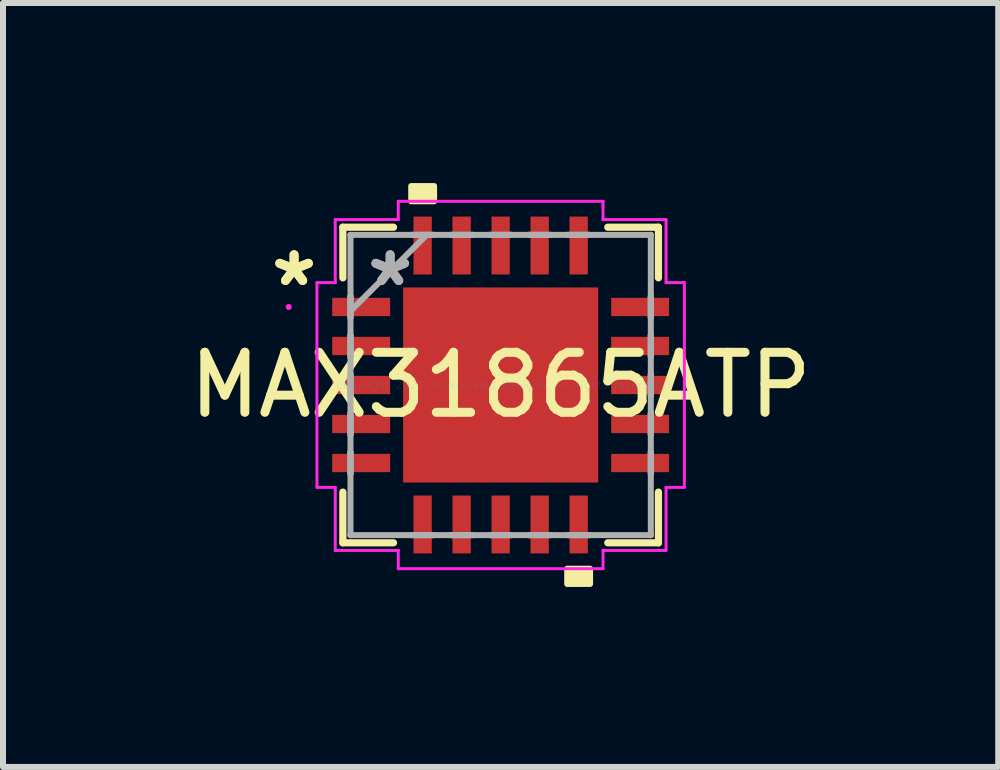
<source format=kicad_pcb>
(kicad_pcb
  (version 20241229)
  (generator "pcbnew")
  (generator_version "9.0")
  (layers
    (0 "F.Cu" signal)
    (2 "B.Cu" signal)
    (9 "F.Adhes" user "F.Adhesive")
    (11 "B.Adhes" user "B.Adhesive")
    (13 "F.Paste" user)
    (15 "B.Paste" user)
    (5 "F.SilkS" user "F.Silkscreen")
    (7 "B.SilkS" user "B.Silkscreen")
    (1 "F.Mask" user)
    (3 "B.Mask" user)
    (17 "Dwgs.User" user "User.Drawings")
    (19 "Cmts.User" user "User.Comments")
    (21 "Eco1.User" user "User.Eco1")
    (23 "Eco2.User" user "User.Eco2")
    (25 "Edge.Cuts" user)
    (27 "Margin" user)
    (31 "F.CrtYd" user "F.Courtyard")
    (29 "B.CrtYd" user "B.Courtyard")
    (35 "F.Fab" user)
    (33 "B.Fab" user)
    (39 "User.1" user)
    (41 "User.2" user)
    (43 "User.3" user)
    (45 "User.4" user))
  (footprint "MAX31865ATP"
    (layer "F.Cu")
    (at 5.292 3.365)
    (property "Reference" "MAX31865ATP" (at 0 0 0) (layer "F.SilkS") (effects (font (size 1 1) (thickness 0.15))))
    (attr through_hole)
    (fp_line (start -2.629 -2.629) (end -2.629 -1.785) (stroke (width 0.12) (type solid)) (layer "F.SilkS"))
    (fp_line (start -2.629 1.785) (end -2.629 2.629) (stroke (width 0.12) (type solid)) (layer "F.SilkS"))
    (fp_line (start -2.629 2.629) (end -1.785 2.629) (stroke (width 0.12) (type solid)) (layer "F.SilkS"))
    (fp_line (start -1.785 -2.629) (end -2.629 -2.629) (stroke (width 0.12) (type solid)) (layer "F.SilkS"))
    (fp_line (start 1.785 2.629) (end 2.629 2.629) (stroke (width 0.12) (type solid)) (layer "F.SilkS"))
    (fp_line (start 2.629 -2.629) (end 1.785 -2.629) (stroke (width 0.12) (type solid)) (layer "F.SilkS"))
    (fp_line (start 2.629 -1.785) (end 2.629 -2.629) (stroke (width 0.12) (type solid)) (layer "F.SilkS"))
    (fp_line (start 2.629 2.629) (end 2.629 1.785) (stroke (width 0.12) (type solid)) (layer "F.SilkS"))
    (fp_poly (pts (xy -1.49 -3.061) (xy -1.49 -3.315) (xy -1.109 -3.315) (xy -1.109 -3.061)) (stroke (width 0.1) (type solid)) (fill yes) (layer "F.SilkS"))
    (fp_poly (pts (xy 1.109 3.061) (xy 1.109 3.315) (xy 1.49 3.315) (xy 1.49 3.061)) (stroke (width 0.1) (type solid)) (fill yes) (layer "F.SilkS"))
    (fp_poly (pts (xy -1.526 -1.526) (xy -1.526 -0.1) (xy -0.1 -0.1) (xy -0.1 -1.526)) (stroke (width 0.1) (type solid)) (fill yes) (layer "F.Paste"))
    (fp_poly (pts (xy -1.526 0.1) (xy -1.526 1.526) (xy -0.1 1.526) (xy -0.1 0.1)) (stroke (width 0.1) (type solid)) (fill yes) (layer "F.Paste"))
    (fp_poly (pts (xy 0.1 -1.526) (xy 0.1 -0.1) (xy 1.526 -0.1) (xy 1.526 -1.526)) (stroke (width 0.1) (type solid)) (fill yes) (layer "F.Paste"))
    (fp_poly (pts (xy 0.1 0.1) (xy 0.1 1.526) (xy 1.526 1.526) (xy 1.526 0.1)) (stroke (width 0.1) (type solid)) (fill yes) (layer "F.Paste"))
    (fp_line (start -3.061 -1.706) (end -2.756 -1.706) (stroke (width 0.05) (type solid)) (layer "F.CrtYd"))
    (fp_line (start -3.061 1.706) (end -3.061 -1.706) (stroke (width 0.05) (type solid)) (layer "F.CrtYd"))
    (fp_line (start -2.756 -2.756) (end -1.706 -2.756) (stroke (width 0.05) (type solid)) (layer "F.CrtYd"))
    (fp_line (start -2.756 -1.706) (end -2.756 -2.756) (stroke (width 0.05) (type solid)) (layer "F.CrtYd"))
    (fp_line (start -2.756 1.706) (end -3.061 1.706) (stroke (width 0.05) (type solid)) (layer "F.CrtYd"))
    (fp_line (start -2.756 2.756) (end -2.756 1.706) (stroke (width 0.05) (type solid)) (layer "F.CrtYd"))
    (fp_line (start -1.706 -3.061) (end 1.706 -3.061) (stroke (width 0.05) (type solid)) (layer "F.CrtYd"))
    (fp_line (start -1.706 -2.756) (end -1.706 -3.061) (stroke (width 0.05) (type solid)) (layer "F.CrtYd"))
    (fp_line (start -1.706 2.756) (end -2.756 2.756) (stroke (width 0.05) (type solid)) (layer "F.CrtYd"))
    (fp_line (start -1.706 3.061) (end -1.706 2.756) (stroke (width 0.05) (type solid)) (layer "F.CrtYd"))
    (fp_line (start 1.706 -3.061) (end 1.706 -2.756) (stroke (width 0.05) (type solid)) (layer "F.CrtYd"))
    (fp_line (start 1.706 -2.756) (end 2.756 -2.756) (stroke (width 0.05) (type solid)) (layer "F.CrtYd"))
    (fp_line (start 1.706 2.756) (end 1.706 3.061) (stroke (width 0.05) (type solid)) (layer "F.CrtYd"))
    (fp_line (start 1.706 3.061) (end -1.706 3.061) (stroke (width 0.05) (type solid)) (layer "F.CrtYd"))
    (fp_line (start 2.756 -2.756) (end 2.756 -1.706) (stroke (width 0.05) (type solid)) (layer "F.CrtYd"))
    (fp_line (start 2.756 -1.706) (end 3.061 -1.706) (stroke (width 0.05) (type solid)) (layer "F.CrtYd"))
    (fp_line (start 2.756 1.706) (end 2.756 2.756) (stroke (width 0.05) (type solid)) (layer "F.CrtYd"))
    (fp_line (start 2.756 2.756) (end 1.706 2.756) (stroke (width 0.05) (type solid)) (layer "F.CrtYd"))
    (fp_line (start 3.061 -1.706) (end 3.061 1.706) (stroke (width 0.05) (type solid)) (layer "F.CrtYd"))
    (fp_line (start 3.061 1.706) (end 2.756 1.706) (stroke (width 0.05) (type solid)) (layer "F.CrtYd"))
    (fp_circle (center -3.531 -1.3) (end -3.531 -1.3) (stroke (width 0.05) (type solid)) (fill no) (layer "F.CrtYd"))
    (fp_line (start -2.502 -2.502) (end -2.502 -2.502) (stroke (width 0.1) (type solid)) (layer "F.Fab"))
    (fp_line (start -2.502 -2.502) (end -2.502 2.502) (stroke (width 0.1) (type solid)) (layer "F.Fab"))
    (fp_line (start -2.502 -1.478) (end -2.502 -1.478) (stroke (width 0.1) (type solid)) (layer "F.Fab"))
    (fp_line (start -2.502 -1.478) (end -2.502 -1.122) (stroke (width 0.1) (type solid)) (layer "F.Fab"))
    (fp_line (start -2.502 -1.232) (end -1.232 -2.502) (stroke (width 0.1) (type solid)) (layer "F.Fab"))
    (fp_line (start -2.502 -1.122) (end -2.502 -1.478) (stroke (width 0.1) (type solid)) (layer "F.Fab"))
    (fp_line (start -2.502 -1.122) (end -2.502 -1.122) (stroke (width 0.1) (type solid)) (layer "F.Fab"))
    (fp_line (start -2.502 -0.828) (end -2.502 -0.828) (stroke (width 0.1) (type solid)) (layer "F.Fab"))
    (fp_line (start -2.502 -0.828) (end -2.502 -0.472) (stroke (width 0.1) (type solid)) (layer "F.Fab"))
    (fp_line (start -2.502 -0.472) (end -2.502 -0.828) (stroke (width 0.1) (type solid)) (layer "F.Fab"))
    (fp_line (start -2.502 -0.472) (end -2.502 -0.472) (stroke (width 0.1) (type solid)) (layer "F.Fab"))
    (fp_line (start -2.502 -0.178) (end -2.502 -0.178) (stroke (width 0.1) (type solid)) (layer "F.Fab"))
    (fp_line (start -2.502 -0.178) (end -2.502 0.178) (stroke (width 0.1) (type solid)) (layer "F.Fab"))
    (fp_line (start -2.502 0.178) (end -2.502 -0.178) (stroke (width 0.1) (type solid)) (layer "F.Fab"))
    (fp_line (start -2.502 0.178) (end -2.502 0.178) (stroke (width 0.1) (type solid)) (layer "F.Fab"))
    (fp_line (start -2.502 0.472) (end -2.502 0.472) (stroke (width 0.1) (type solid)) (layer "F.Fab"))
    (fp_line (start -2.502 0.472) (end -2.502 0.828) (stroke (width 0.1) (type solid)) (layer "F.Fab"))
    (fp_line (start -2.502 0.828) (end -2.502 0.472) (stroke (width 0.1) (type solid)) (layer "F.Fab"))
    (fp_line (start -2.502 0.828) (end -2.502 0.828) (stroke (width 0.1) (type solid)) (layer "F.Fab"))
    (fp_line (start -2.502 1.122) (end -2.502 1.122) (stroke (width 0.1) (type solid)) (layer "F.Fab"))
    (fp_line (start -2.502 1.122) (end -2.502 1.478) (stroke (width 0.1) (type solid)) (layer "F.Fab"))
    (fp_line (start -2.502 1.478) (end -2.502 1.122) (stroke (width 0.1) (type solid)) (layer "F.Fab"))
    (fp_line (start -2.502 1.478) (end -2.502 1.478) (stroke (width 0.1) (type solid)) (layer "F.Fab"))
    (fp_line (start -2.502 2.502) (end -2.502 2.502) (stroke (width 0.1) (type solid)) (layer "F.Fab"))
    (fp_line (start -2.502 2.502) (end 2.502 2.502) (stroke (width 0.1) (type solid)) (layer "F.Fab"))
    (fp_line (start -1.478 -2.502) (end -1.478 -2.502) (stroke (width 0.1) (type solid)) (layer "F.Fab"))
    (fp_line (start -1.478 -2.502) (end -1.122 -2.502) (stroke (width 0.1) (type solid)) (layer "F.Fab"))
    (fp_line (start -1.478 2.502) (end -1.478 2.502) (stroke (width 0.1) (type solid)) (layer "F.Fab"))
    (fp_line (start -1.478 2.502) (end -1.122 2.502) (stroke (width 0.1) (type solid)) (layer "F.Fab"))
    (fp_line (start -1.122 -2.502) (end -1.478 -2.502) (stroke (width 0.1) (type solid)) (layer "F.Fab"))
    (fp_line (start -1.122 -2.502) (end -1.122 -2.502) (stroke (width 0.1) (type solid)) (layer "F.Fab"))
    (fp_line (start -1.122 2.502) (end -1.478 2.502) (stroke (width 0.1) (type solid)) (layer "F.Fab"))
    (fp_line (start -1.122 2.502) (end -1.122 2.502) (stroke (width 0.1) (type solid)) (layer "F.Fab"))
    (fp_line (start -0.828 -2.502) (end -0.828 -2.502) (stroke (width 0.1) (type solid)) (layer "F.Fab"))
    (fp_line (start -0.828 -2.502) (end -0.472 -2.502) (stroke (width 0.1) (type solid)) (layer "F.Fab"))
    (fp_line (start -0.828 2.502) (end -0.828 2.502) (stroke (width 0.1) (type solid)) (layer "F.Fab"))
    (fp_line (start -0.828 2.502) (end -0.472 2.502) (stroke (width 0.1) (type solid)) (layer "F.Fab"))
    (fp_line (start -0.472 -2.502) (end -0.828 -2.502) (stroke (width 0.1) (type solid)) (layer "F.Fab"))
    (fp_line (start -0.472 -2.502) (end -0.472 -2.502) (stroke (width 0.1) (type solid)) (layer "F.Fab"))
    (fp_line (start -0.472 2.502) (end -0.828 2.502) (stroke (width 0.1) (type solid)) (layer "F.Fab"))
    (fp_line (start -0.472 2.502) (end -0.472 2.502) (stroke (width 0.1) (type solid)) (layer "F.Fab"))
    (fp_line (start -0.178 -2.502) (end -0.178 -2.502) (stroke (width 0.1) (type solid)) (layer "F.Fab"))
    (fp_line (start -0.178 -2.502) (end 0.178 -2.502) (stroke (width 0.1) (type solid)) (layer "F.Fab"))
    (fp_line (start -0.178 2.502) (end -0.178 2.502) (stroke (width 0.1) (type solid)) (layer "F.Fab"))
    (fp_line (start -0.178 2.502) (end 0.178 2.502) (stroke (width 0.1) (type solid)) (layer "F.Fab"))
    (fp_line (start 0.178 -2.502) (end -0.178 -2.502) (stroke (width 0.1) (type solid)) (layer "F.Fab"))
    (fp_line (start 0.178 -2.502) (end 0.178 -2.502) (stroke (width 0.1) (type solid)) (layer "F.Fab"))
    (fp_line (start 0.178 2.502) (end -0.178 2.502) (stroke (width 0.1) (type solid)) (layer "F.Fab"))
    (fp_line (start 0.178 2.502) (end 0.178 2.502) (stroke (width 0.1) (type solid)) (layer "F.Fab"))
    (fp_line (start 0.472 -2.502) (end 0.472 -2.502) (stroke (width 0.1) (type solid)) (layer "F.Fab"))
    (fp_line (start 0.472 -2.502) (end 0.828 -2.502) (stroke (width 0.1) (type solid)) (layer "F.Fab"))
    (fp_line (start 0.472 2.502) (end 0.472 2.502) (stroke (width 0.1) (type solid)) (layer "F.Fab"))
    (fp_line (start 0.472 2.502) (end 0.828 2.502) (stroke (width 0.1) (type solid)) (layer "F.Fab"))
    (fp_line (start 0.828 -2.502) (end 0.472 -2.502) (stroke (width 0.1) (type solid)) (layer "F.Fab"))
    (fp_line (start 0.828 -2.502) (end 0.828 -2.502) (stroke (width 0.1) (type solid)) (layer "F.Fab"))
    (fp_line (start 0.828 2.502) (end 0.472 2.502) (stroke (width 0.1) (type solid)) (layer "F.Fab"))
    (fp_line (start 0.828 2.502) (end 0.828 2.502) (stroke (width 0.1) (type solid)) (layer "F.Fab"))
    (fp_line (start 1.122 -2.502) (end 1.122 -2.502) (stroke (width 0.1) (type solid)) (layer "F.Fab"))
    (fp_line (start 1.122 -2.502) (end 1.478 -2.502) (stroke (width 0.1) (type solid)) (layer "F.Fab"))
    (fp_line (start 1.122 2.502) (end 1.122 2.502) (stroke (width 0.1) (type solid)) (layer "F.Fab"))
    (fp_line (start 1.122 2.502) (end 1.478 2.502) (stroke (width 0.1) (type solid)) (layer "F.Fab"))
    (fp_line (start 1.478 -2.502) (end 1.122 -2.502) (stroke (width 0.1) (type solid)) (layer "F.Fab"))
    (fp_line (start 1.478 -2.502) (end 1.478 -2.502) (stroke (width 0.1) (type solid)) (layer "F.Fab"))
    (fp_line (start 1.478 2.502) (end 1.122 2.502) (stroke (width 0.1) (type solid)) (layer "F.Fab"))
    (fp_line (start 1.478 2.502) (end 1.478 2.502) (stroke (width 0.1) (type solid)) (layer "F.Fab"))
    (fp_line (start 2.502 -2.502) (end -2.502 -2.502) (stroke (width 0.1) (type solid)) (layer "F.Fab"))
    (fp_line (start 2.502 -2.502) (end 2.502 -2.502) (stroke (width 0.1) (type solid)) (layer "F.Fab"))
    (fp_line (start 2.502 -1.478) (end 2.502 -1.478) (stroke (width 0.1) (type solid)) (layer "F.Fab"))
    (fp_line (start 2.502 -1.478) (end 2.502 -1.122) (stroke (width 0.1) (type solid)) (layer "F.Fab"))
    (fp_line (start 2.502 -1.122) (end 2.502 -1.478) (stroke (width 0.1) (type solid)) (layer "F.Fab"))
    (fp_line (start 2.502 -1.122) (end 2.502 -1.122) (stroke (width 0.1) (type solid)) (layer "F.Fab"))
    (fp_line (start 2.502 -0.828) (end 2.502 -0.828) (stroke (width 0.1) (type solid)) (layer "F.Fab"))
    (fp_line (start 2.502 -0.828) (end 2.502 -0.472) (stroke (width 0.1) (type solid)) (layer "F.Fab"))
    (fp_line (start 2.502 -0.472) (end 2.502 -0.828) (stroke (width 0.1) (type solid)) (layer "F.Fab"))
    (fp_line (start 2.502 -0.472) (end 2.502 -0.472) (stroke (width 0.1) (type solid)) (layer "F.Fab"))
    (fp_line (start 2.502 -0.178) (end 2.502 -0.178) (stroke (width 0.1) (type solid)) (layer "F.Fab"))
    (fp_line (start 2.502 -0.178) (end 2.502 0.178) (stroke (width 0.1) (type solid)) (layer "F.Fab"))
    (fp_line (start 2.502 0.178) (end 2.502 -0.178) (stroke (width 0.1) (type solid)) (layer "F.Fab"))
    (fp_line (start 2.502 0.178) (end 2.502 0.178) (stroke (width 0.1) (type solid)) (layer "F.Fab"))
    (fp_line (start 2.502 0.472) (end 2.502 0.472) (stroke (width 0.1) (type solid)) (layer "F.Fab"))
    (fp_line (start 2.502 0.472) (end 2.502 0.828) (stroke (width 0.1) (type solid)) (layer "F.Fab"))
    (fp_line (start 2.502 0.828) (end 2.502 0.472) (stroke (width 0.1) (type solid)) (layer "F.Fab"))
    (fp_line (start 2.502 0.828) (end 2.502 0.828) (stroke (width 0.1) (type solid)) (layer "F.Fab"))
    (fp_line (start 2.502 1.122) (end 2.502 1.122) (stroke (width 0.1) (type solid)) (layer "F.Fab"))
    (fp_line (start 2.502 1.122) (end 2.502 1.478) (stroke (width 0.1) (type solid)) (layer "F.Fab"))
    (fp_line (start 2.502 1.478) (end 2.502 1.122) (stroke (width 0.1) (type solid)) (layer "F.Fab"))
    (fp_line (start 2.502 1.478) (end 2.502 1.478) (stroke (width 0.1) (type solid)) (layer "F.Fab"))
    (fp_line (start 2.502 2.502) (end 2.502 -2.502) (stroke (width 0.1) (type solid)) (layer "F.Fab"))
    (fp_line (start 2.502 2.502) (end 2.502 2.502) (stroke (width 0.1) (type solid)) (layer "F.Fab"))
    (fp_text user "*" (at -3.442 -1.625 0) (layer "F.SilkS") (effects (font (size 1 1) (thickness 0.15))))
    (fp_text user "*" (at -3.442 -1.625 0) (layer "F.SilkS") (effects (font (size 1 1) (thickness 0.15))))
    (fp_text user "Copyright 2021 Accelerated Designs. All rights reserved." (at 0 0 0) (layer "Cmts.User") (effects (font (size 0.127 0.127) (thickness 0.002))))
    (fp_text user "*" (at -1.841 -1.625 0) (layer "F.Fab") (effects (font (size 1 1) (thickness 0.15))))
    (fp_text user "*" (at -1.841 -1.625 0) (layer "F.Fab") (effects (font (size 1 1) (thickness 0.15))))
    (pad "1" smd rect (at -2.324 -1.3 90) (size 0.305 0.965) (layers "F.Cu" "F.Mask" "F.Paste"))
    (pad "2" smd rect (at -2.324 -0.65 90) (size 0.305 0.965) (layers "F.Cu" "F.Mask" "F.Paste"))
    (pad "3" smd rect (at -2.324 0 90) (size 0.305 0.965) (layers "F.Cu" "F.Mask" "F.Paste"))
    (pad "4" smd rect (at -2.324 0.65 90) (size 0.305 0.965) (layers "F.Cu" "F.Mask" "F.Paste"))
    (pad "5" smd rect (at -2.324 1.3 90) (size 0.305 0.965) (layers "F.Cu" "F.Mask" "F.Paste"))
    (pad "6" smd rect (at -1.3 2.324) (size 0.305 0.965) (layers "F.Cu" "F.Mask" "F.Paste"))
    (pad "7" smd rect (at -0.65 2.324) (size 0.305 0.965) (layers "F.Cu" "F.Mask" "F.Paste"))
    (pad "8" smd rect (at 0 2.324) (size 0.305 0.965) (layers "F.Cu" "F.Mask" "F.Paste"))
    (pad "9" smd rect (at 0.65 2.324) (size 0.305 0.965) (layers "F.Cu" "F.Mask" "F.Paste"))
    (pad "10" smd rect (at 1.3 2.324) (size 0.305 0.965) (layers "F.Cu" "F.Mask" "F.Paste"))
    (pad "11" smd rect (at 2.324 1.3 90) (size 0.305 0.965) (layers "F.Cu" "F.Mask" "F.Paste"))
    (pad "12" smd rect (at 2.324 0.65 90) (size 0.305 0.965) (layers "F.Cu" "F.Mask" "F.Paste"))
    (pad "13" smd rect (at 2.324 0 90) (size 0.305 0.965) (layers "F.Cu" "F.Mask" "F.Paste"))
    (pad "14" smd rect (at 2.324 -0.65 90) (size 0.305 0.965) (layers "F.Cu" "F.Mask" "F.Paste"))
    (pad "15" smd rect (at 2.324 -1.3 90) (size 0.305 0.965) (layers "F.Cu" "F.Mask" "F.Paste"))
    (pad "16" smd rect (at 1.3 -2.324) (size 0.305 0.965) (layers "F.Cu" "F.Mask" "F.Paste"))
    (pad "17" smd rect (at 0.65 -2.324) (size 0.305 0.965) (layers "F.Cu" "F.Mask" "F.Paste"))
    (pad "18" smd rect (at 0 -2.324) (size 0.305 0.965) (layers "F.Cu" "F.Mask" "F.Paste"))
    (pad "19" smd rect (at -0.65 -2.324) (size 0.305 0.965) (layers "F.Cu" "F.Mask" "F.Paste"))
    (pad "20" smd rect (at -1.3 -2.324) (size 0.305 0.965) (layers "F.Cu" "F.Mask" "F.Paste"))
    (pad "21" smd rect (at 0 0) (size 3.251 3.251) (layers "F.Cu" "F.Mask" "F.Paste")))
  (gr_rect
    (start -3 -3)
    (end 13.583 9.729)
    (stroke (width 0.1) (type default))
    (fill no)
    (layer "Edge.Cuts")))
</source>
